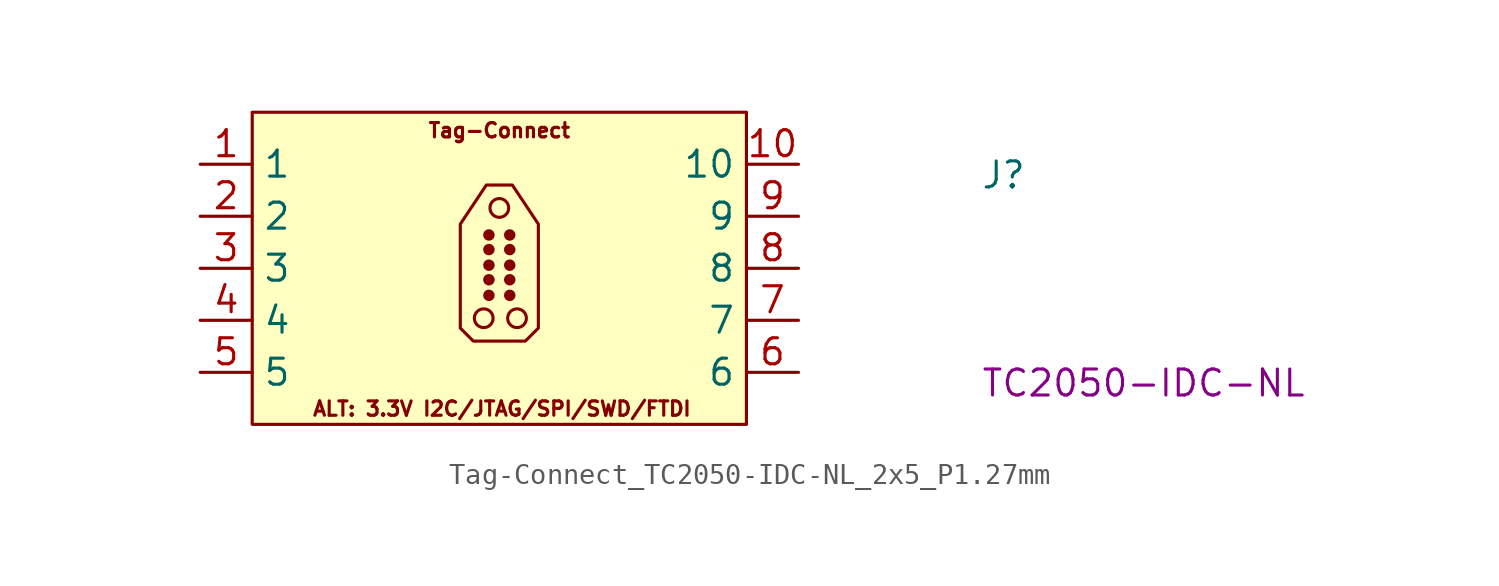
<source format=kicad_sym>
(kicad_symbol_lib
  (version 20220914)
  (generator kicad_symbol_editor)
  (symbol "Tag-Connect_TC2050-IDC-NL_2x5_P1.27mm"
    (property "Reference" "J"
      (at 38.1 -1.27 0)
      (effects (font (size 1.27 1.27) (thickness 0.15)) (justify left bottom)))
    (property "MPN" "TC2050-IDC-NL"
      (at 38.1 -11.43 0)
      (effects (font (size 1.27 1.27) (thickness 0.15)) (justify left bottom)))
    (symbol "Tag-Connect_TC2050-IDC-NL_2x5_P1.27mm_1_1"
      (polyline (pts (xy 13.97 -8.636) (xy 15.875 -8.636) (xy 16.51 -8.001) (xy 16.51 -2.921) (xy 15.24 -1.016) (xy 13.97 -1.016) (xy 12.7 -2.921) (xy 12.7 -8.001) (xy 13.335 -8.636) (xy 13.97 -8.636)) (stroke (width 0) (type default)) (fill (type none)))
      (rectangle (start 2.54 2.54) (end 26.67 -12.7) (stroke (width 0) (type default)) (fill (type background)))
      (circle (center 13.843 -7.518) (radius 0.457) (stroke (width 0) (type default)) (fill (type none)))
      (circle (center 14.097 -6.401) (radius 0.203) (stroke (width 0) (type default)) (fill (type outline)))
      (circle (center 14.097 -5.639) (radius 0.203) (stroke (width 0) (type default)) (fill (type outline)))
      (circle (center 14.097 -4.928) (radius 0.203) (stroke (width 0) (type default)) (fill (type outline)))
      (circle (center 14.097 -4.166) (radius 0.203) (stroke (width 0) (type default)) (fill (type outline)))
      (circle (center 14.097 -3.454) (radius 0.203) (stroke (width 0) (type default)) (fill (type outline)))
      (circle (center 14.605 -2.134) (radius 0.457) (stroke (width 0) (type default)) (fill (type none)))
      (circle (center 15.113 -6.401) (radius 0.203) (stroke (width 0) (type default)) (fill (type outline)))
      (circle (center 15.113 -5.639) (radius 0.203) (stroke (width 0) (type default)) (fill (type outline)))
      (circle (center 15.113 -4.928) (radius 0.203) (stroke (width 0) (type default)) (fill (type outline)))
      (circle (center 15.113 -4.166) (radius 0.203) (stroke (width 0) (type default)) (fill (type outline)))
      (circle (center 15.113 -3.454) (radius 0.203) (stroke (width 0) (type default)) (fill (type outline)))
      (circle (center 15.469 -7.518) (radius 0.457) (stroke (width 0) (type default)) (fill (type none)))
      (text "ALT: 3.3V I2C/JTAG/SPI/SWD/FTDI" (at 14.732 -11.938 0) (effects (font (size 0.7 0.7))))
      (text "Tag-Connect" (at 14.605 1.651 0) (effects (font (size 0.7 0.7))))
      (pin passive line (at 0 0 0) (length 2.54) (name "1" (effects (font (size 1.27 1.27)))) (number "1" (effects (font (size 1.27 1.27)))) (alternate "3V3" passive line))
      (pin passive line (at 29.21 0 180) (length 2.54) (name "10" (effects (font (size 1.27 1.27)))) (number "10" (effects (font (size 1.27 1.27)))) (alternate "ADBUS5" passive line) (alternate "I2C_NC" passive line) (alternate "JTAG_~{RESET}" passive line) (alternate "SPI_NC" passive line) (alternate "SWD_NC" passive line))
      (pin passive line (at 0 -2.54 0) (length 2.54) (name "2" (effects (font (size 1.27 1.27)))) (number "2" (effects (font (size 1.27 1.27)))) (alternate "ADBUS3" passive line) (alternate "I2C_NC" passive line) (alternate "JTAG_TMS" passive line) (alternate "SPI_CS" passive line) (alternate "SWD_NC" passive line))
      (pin passive line (at 0 -5.08 0) (length 2.54) (name "3" (effects (font (size 1.27 1.27)))) (number "3" (effects (font (size 1.27 1.27)))) (alternate "GND" passive line))
      (pin passive line (at 0 -7.62 0) (length 2.54) (name "4" (effects (font (size 1.27 1.27)))) (number "4" (effects (font (size 1.27 1.27)))) (alternate "ADBUS0" passive line) (alternate "I2C_SCL" passive line) (alternate "JTAG_TCK" passive line) (alternate "SPI_SCK" passive line) (alternate "SWD_CLK" passive line))
      (pin passive line (at 0 -10.16 0) (length 2.54) (name "5" (effects (font (size 1.27 1.27)))) (number "5" (effects (font (size 1.27 1.27)))) (alternate "GND" passive line))
      (pin passive line (at 29.21 -10.16 180) (length 2.54) (name "6" (effects (font (size 1.27 1.27)))) (number "6" (effects (font (size 1.27 1.27)))) (alternate "ADBUS2" passive line) (alternate "I2C_SDA" passive line) (alternate "JTAG_TDO" passive line) (alternate "SPI_MISO" passive line) (alternate "SWD_IO" passive line))
      (pin passive line (at 29.21 -7.62 180) (length 2.54) (name "7" (effects (font (size 1.27 1.27)))) (number "7" (effects (font (size 1.27 1.27)))) (alternate "NC" passive line))
      (pin passive line (at 29.21 -5.08 180) (length 2.54) (name "8" (effects (font (size 1.27 1.27)))) (number "8" (effects (font (size 1.27 1.27)))) (alternate "ADBUS1" passive line) (alternate "I2C_SDA" passive line) (alternate "JTAG_TDI" passive line) (alternate "SPI_MOSI" passive line) (alternate "SWD_IO" passive line))
      (pin passive line (at 29.21 -2.54 180) (length 2.54) (name "9" (effects (font (size 1.27 1.27)))) (number "9" (effects (font (size 1.27 1.27)))) (alternate "GND" passive line)))))
</source>
